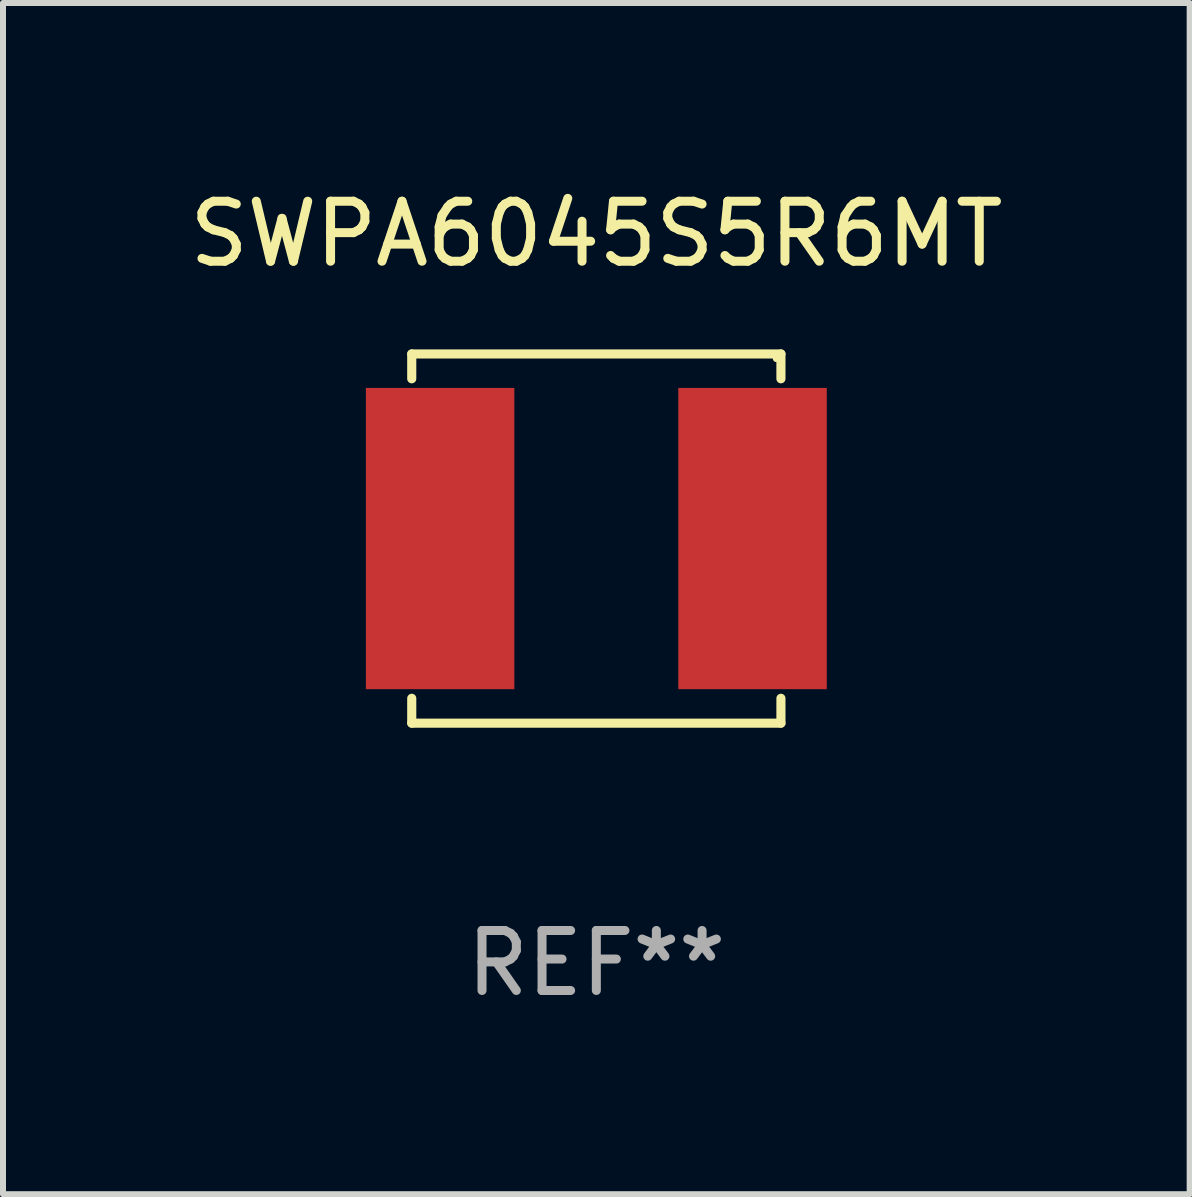
<source format=kicad_pcb>
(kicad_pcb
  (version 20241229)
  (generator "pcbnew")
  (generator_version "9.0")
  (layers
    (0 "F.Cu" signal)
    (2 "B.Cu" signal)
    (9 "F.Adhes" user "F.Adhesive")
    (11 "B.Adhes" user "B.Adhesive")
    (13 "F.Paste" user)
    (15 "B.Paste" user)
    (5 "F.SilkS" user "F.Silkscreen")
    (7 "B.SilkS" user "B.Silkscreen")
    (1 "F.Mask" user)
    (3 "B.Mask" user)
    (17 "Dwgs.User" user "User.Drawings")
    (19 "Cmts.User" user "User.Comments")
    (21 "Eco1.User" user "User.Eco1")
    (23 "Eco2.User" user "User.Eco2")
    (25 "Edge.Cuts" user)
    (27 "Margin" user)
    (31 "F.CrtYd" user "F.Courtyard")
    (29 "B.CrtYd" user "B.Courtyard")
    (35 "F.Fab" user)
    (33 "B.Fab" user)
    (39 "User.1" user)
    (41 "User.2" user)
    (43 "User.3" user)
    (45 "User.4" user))
  (footprint "SWPA6045S5R6MT"
    (layer "F.Cu")
    (at 6.887 5.924)
    (property "Reference" "SWPA6045S5R6MT" (at 0 -5.076 0) (layer "F.SilkS") (effects (font (size 1 1) (thickness 0.15))))
    (attr through_hole)
    (fp_line (start -3.076 -3.076) (end 3.076 -3.076) (stroke (width 0.152) (type solid)) (layer "F.SilkS"))
    (fp_line (start -3.076 -2.662) (end -3.076 -3.076) (stroke (width 0.152) (type solid)) (layer "F.SilkS"))
    (fp_line (start -3.076 2.662) (end -3.076 3.076) (stroke (width 0.152) (type solid)) (layer "F.SilkS"))
    (fp_line (start -3.076 3.076) (end 3.076 3.076) (stroke (width 0.152) (type solid)) (layer "F.SilkS"))
    (fp_line (start 3.076 -3.076) (end 3.076 -2.662) (stroke (width 0.152) (type solid)) (layer "F.SilkS"))
    (fp_line (start 3.076 3.076) (end 3.076 2.662) (stroke (width 0.152) (type solid)) (layer "F.SilkS"))
    (fp_circle (center 3 -3) (end 3.03 -3) (stroke (width 0.06) (type solid)) (fill no) (layer "F.SilkS"))
    (fp_text user "REF**" (at 0 7.076 0) (layer "F.Fab") (effects (font (size 1 1) (thickness 0.15))))
    (pad "1" smd rect (at 2.603 0) (size 2.474 5.02) (layers "F.Cu" "F.Mask" "F.Paste"))
    (pad "2" smd rect (at -2.603 0) (size 2.474 5.02) (layers "F.Cu" "F.Mask" "F.Paste")))
  (gr_rect
    (start -3 -3)
    (end 16.774 16.849)
    (stroke (width 0.1) (type default))
    (fill no)
    (layer "Edge.Cuts")))
</source>
